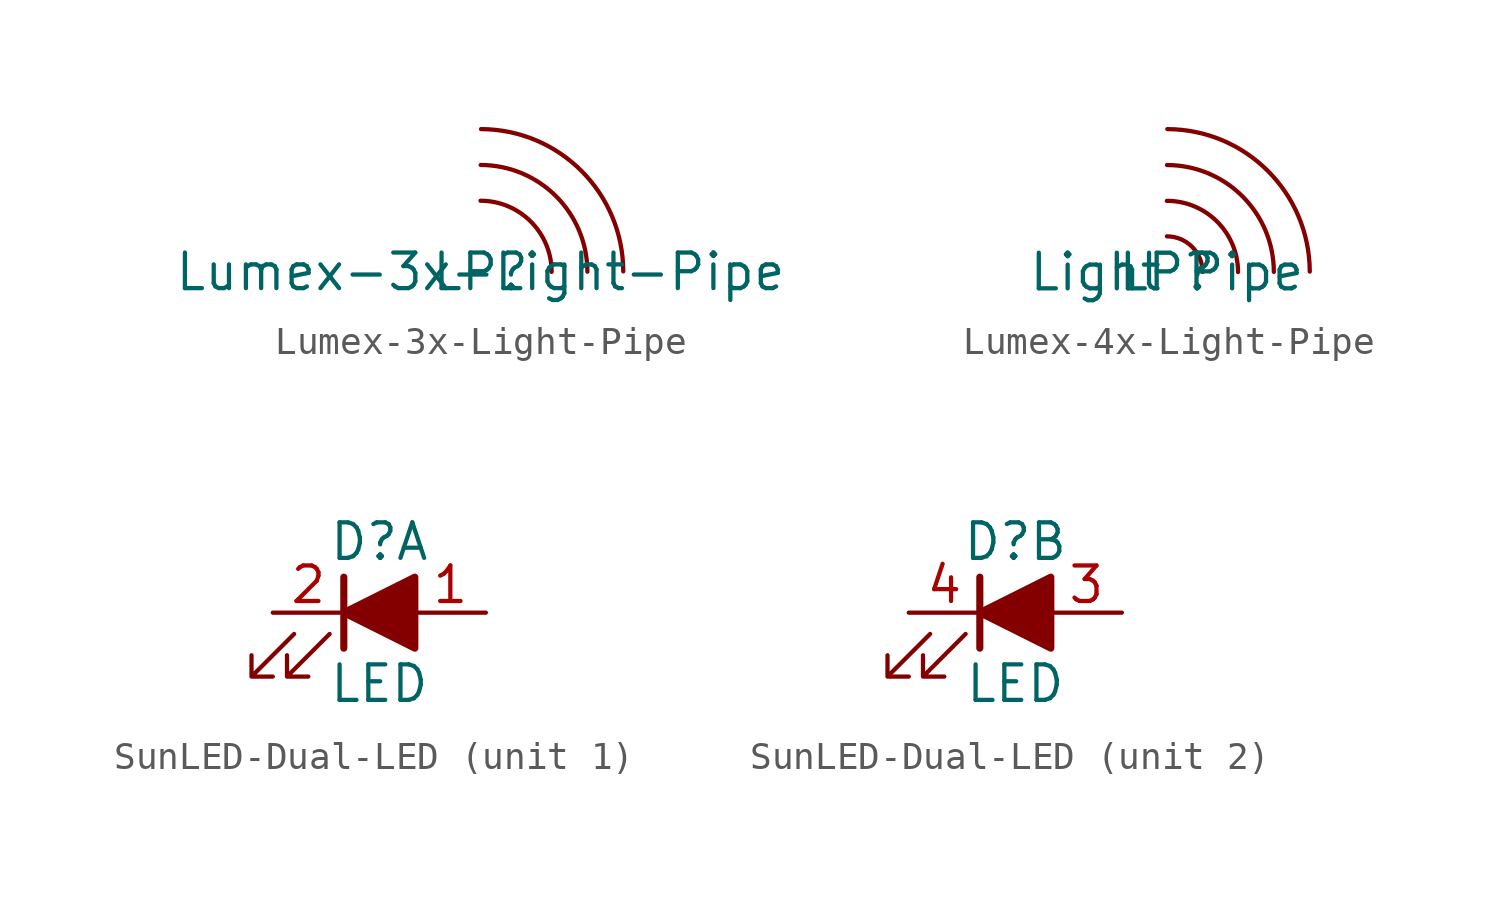
<source format=kicad_sym>
(kicad_symbol_lib
  (version 20220914)
  (generator kicad_symbol_editor)
  (symbol "Lumex-3x-Light-Pipe"
    (pin_numbers hide)
    (pin_names
      (offset 0) hide)
    (property "Reference" "LP"
      (at 0 0 0)
      (effects (font (size 1.27 1.27))))
    (property "Value" "Lumex-3x-Light-Pipe"
      (at 0 0 0)
      (effects (font (size 1.27 1.27))))
    (symbol "Lumex-3x-Light-Pipe_0_1"
      (arc (start 2.54 0) (mid 1.7961 1.7961) (end 0 2.54) (stroke (width 0) (type default)) (fill (type none)))
      (arc (start 3.8168 0.0068) (mid 2.6989 2.6989) (end 0.0068 3.8168) (stroke (width 0) (type default)) (fill (type none)))
      (arc (start 5.0981 0.0181) (mid 3.6049 3.6049) (end 0.0181 5.0981) (stroke (width 0) (type default)) (fill (type none)))))
  (symbol "Lumex-4x-Light-Pipe"
    (pin_numbers hide)
    (pin_names
      (offset 0) hide)
    (property "Reference" "LP"
      (at 0 0 0)
      (effects (font (size 1.27 1.27))))
    (property "Value" "Light Pipe"
      (at 0 0 0)
      (effects (font (size 1.27 1.27))))
    (symbol "Lumex-4x-Light-Pipe_0_1"
      (arc (start 1.2738 0.0038) (mid 0.9007 0.9007) (end 0.0038 1.2738) (stroke (width 0) (type default)) (fill (type none)))
      (arc (start 2.54 0) (mid 1.7961 1.7961) (end 0 2.54) (stroke (width 0) (type default)) (fill (type none)))
      (arc (start 3.8168 0.0068) (mid 2.6989 2.6989) (end 0.0068 3.8168) (stroke (width 0) (type default)) (fill (type none)))
      (arc (start 5.0981 0.0181) (mid 3.6049 3.6049) (end 0.0181 5.0981) (stroke (width 0) (type default)) (fill (type none)))))
  (symbol "SunLED-Dual-LED"
    (pin_names
      (offset 1.016) hide)
    (property "Reference" "D"
      (at 0 2.54 0)
      (effects (font (size 1.27 1.27))))
    (property "Value" "LED"
      (at 0 -2.54 0)
      (effects (font (size 1.27 1.27))))
    (property "ki_locked" ""
      (at 0 0 0)
      (effects (font (size 1.27 1.27))))
    (symbol "SunLED-Dual-LED_0_1"
      (polyline (pts (xy -1.27 -1.27) (xy -1.27 1.27)) (stroke (width 0.254) (type default) (color 132 0 0 1)) (fill (type color) (color 255 0 0 1)))
      (polyline (pts (xy 1.27 -1.27) (xy 1.27 1.27) (xy -1.27 0) (xy 1.27 -1.27)) (stroke (width 0.254) (type default) (color 132 0 0 1)) (fill (type outline)))
      (polyline (pts (xy -3.048 -0.762) (xy -4.572 -2.286) (xy -3.81 -2.286) (xy -4.572 -2.286) (xy -4.572 -1.524)) (stroke (width 0) (type default) (color 132 0 0 1)) (fill (type none)))
      (polyline (pts (xy -1.778 -0.762) (xy -3.302 -2.286) (xy -2.54 -2.286) (xy -3.302 -2.286) (xy -3.302 -1.524)) (stroke (width 0) (type default) (color 132 0 0 1)) (fill (type none))))
    (symbol "SunLED-Dual-LED_1_1"
      (pin passive line (at 3.81 0 180) (length 2.54) (name "RedA" (effects (font (size 1.27 1.27)))) (number "1" (effects (font (size 1.27 1.27)))))
      (pin passive line (at -3.81 0 0) (length 2.54) (name "Red-K" (effects (font (size 1.27 1.27)))) (number "2" (effects (font (size 1.27 1.27))))))
    (symbol "SunLED-Dual-LED_2_1"
      (pin passive line (at 3.81 0 180) (length 2.54) (name "Green-A" (effects (font (size 1.27 1.27)))) (number "3" (effects (font (size 1.27 1.27)))))
      (pin passive line (at -3.81 0 0) (length 2.54) (name "Green-K" (effects (font (size 1.27 1.27)))) (number "4" (effects (font (size 1.27 1.27))))))))
</source>
